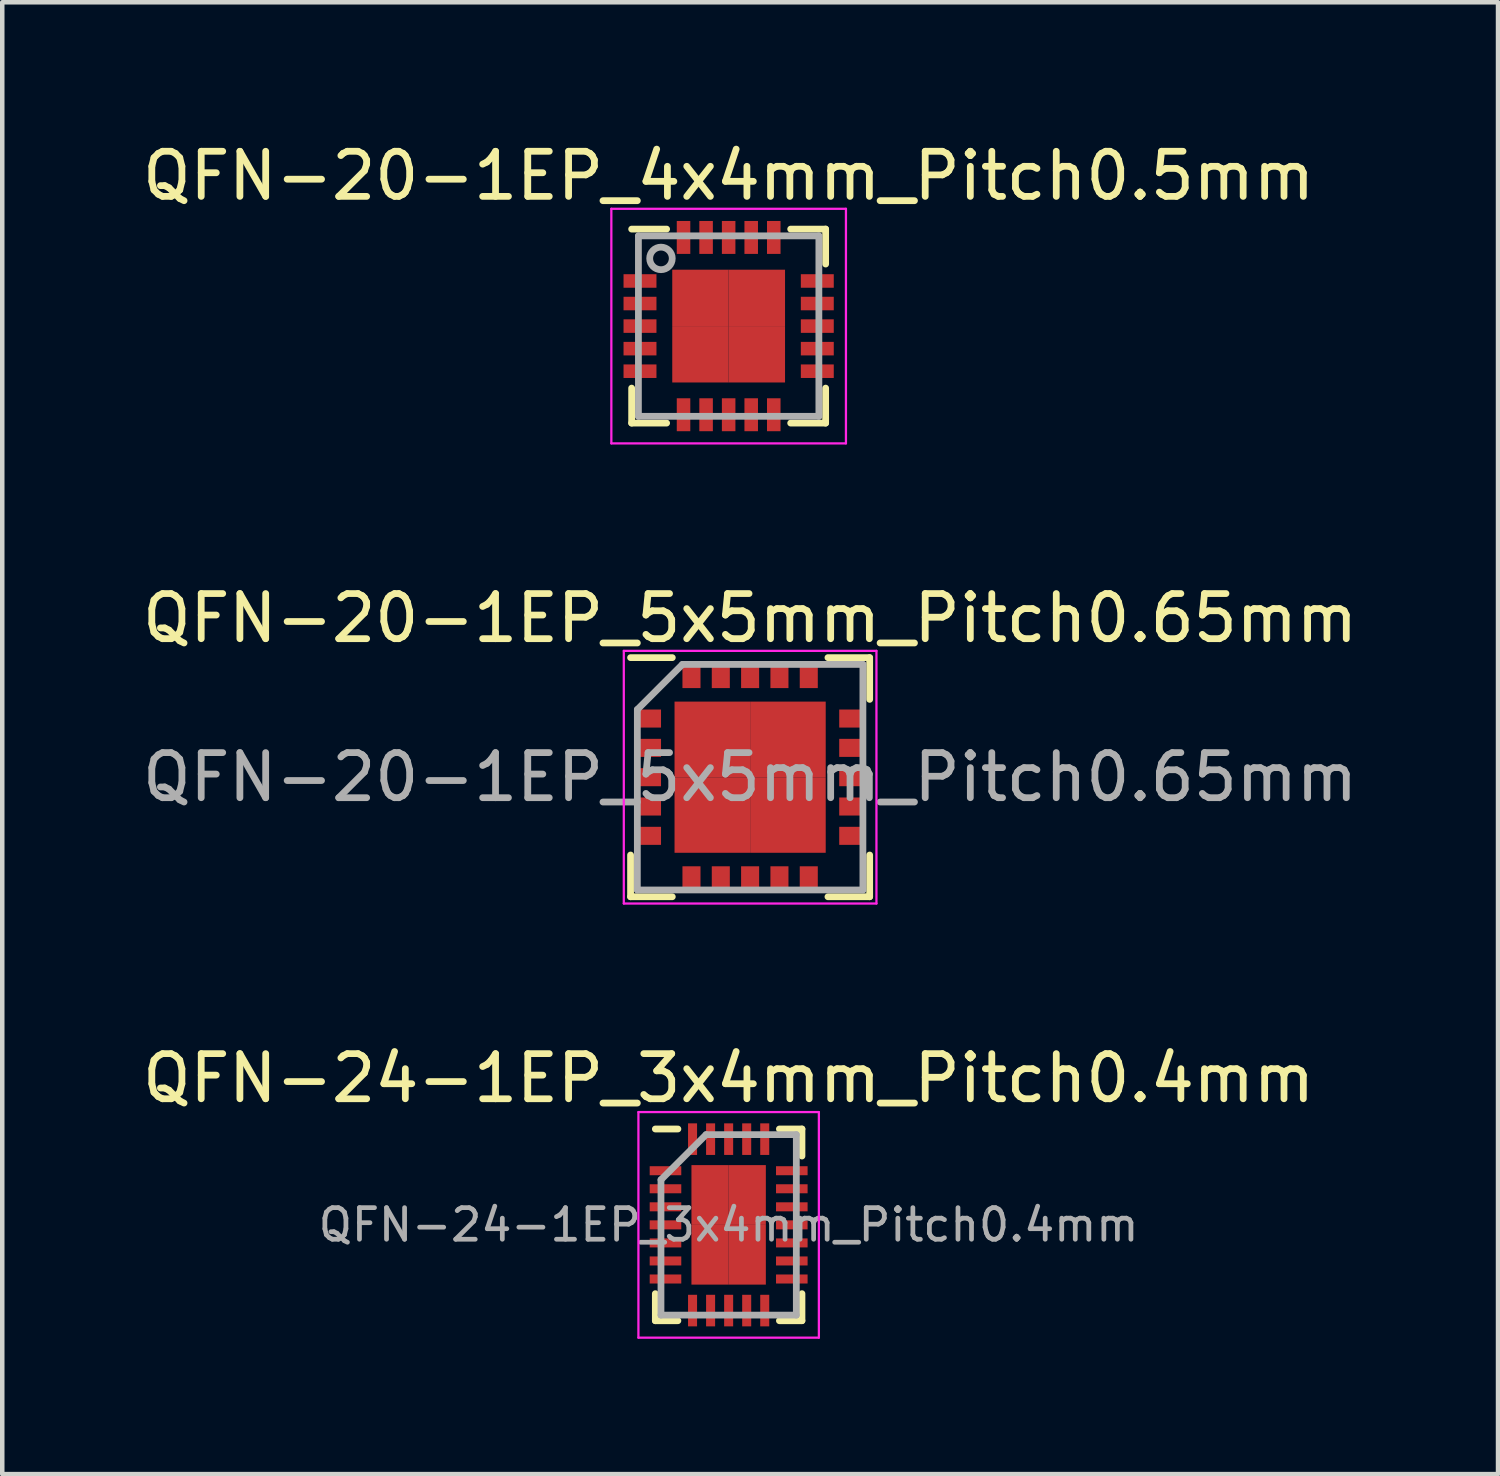
<source format=kicad_pcb>
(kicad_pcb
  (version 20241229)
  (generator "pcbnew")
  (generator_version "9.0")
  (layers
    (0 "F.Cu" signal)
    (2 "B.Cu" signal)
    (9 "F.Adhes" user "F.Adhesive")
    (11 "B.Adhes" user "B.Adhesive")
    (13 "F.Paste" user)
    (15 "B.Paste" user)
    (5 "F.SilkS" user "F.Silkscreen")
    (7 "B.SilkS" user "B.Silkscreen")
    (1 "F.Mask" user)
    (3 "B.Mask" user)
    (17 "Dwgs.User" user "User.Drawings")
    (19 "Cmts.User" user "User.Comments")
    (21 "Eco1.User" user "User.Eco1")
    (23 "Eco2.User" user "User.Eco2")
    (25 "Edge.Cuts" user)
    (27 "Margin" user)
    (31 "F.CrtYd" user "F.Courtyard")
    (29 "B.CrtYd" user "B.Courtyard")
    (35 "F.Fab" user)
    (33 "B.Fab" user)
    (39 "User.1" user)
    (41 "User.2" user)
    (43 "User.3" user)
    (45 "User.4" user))
  (footprint "QFN-24-1EP_3x4mm_Pitch0.4mm"
    (layer "F.Cu")
    (at 13.101 24.1)
    (property "Reference" "QFN-24-1EP_3x4mm_Pitch0.4mm" (at 0 -3.25 0) (layer "F.SilkS") (effects (font (size 1 1) (thickness 0.15))))
    (attr smd)
    (fp_line (start -1.625 -2.125) (end -1.125 -2.125) (stroke (width 0.15) (type solid)) (layer "F.SilkS"))
    (fp_line (start -1.625 2.125) (end -1.625 1.525) (stroke (width 0.15) (type solid)) (layer "F.SilkS"))
    (fp_line (start -1.625 2.125) (end -1.125 2.125) (stroke (width 0.15) (type solid)) (layer "F.SilkS"))
    (fp_line (start 1.625 -2.125) (end 1.125 -2.125) (stroke (width 0.15) (type solid)) (layer "F.SilkS"))
    (fp_line (start 1.625 -2.125) (end 1.625 -1.525) (stroke (width 0.15) (type solid)) (layer "F.SilkS"))
    (fp_line (start 1.625 2.125) (end 1.125 2.125) (stroke (width 0.15) (type solid)) (layer "F.SilkS"))
    (fp_line (start 1.625 2.125) (end 1.625 1.525) (stroke (width 0.15) (type solid)) (layer "F.SilkS"))
    (fp_line (start -2 -2.5) (end -2 2.5) (stroke (width 0.05) (type solid)) (layer "F.CrtYd"))
    (fp_line (start -2 -2.5) (end 2 -2.5) (stroke (width 0.05) (type solid)) (layer "F.CrtYd"))
    (fp_line (start -2 2.5) (end 2 2.5) (stroke (width 0.05) (type solid)) (layer "F.CrtYd"))
    (fp_line (start 2 -2.5) (end 2 2.5) (stroke (width 0.05) (type solid)) (layer "F.CrtYd"))
    (fp_line (start -1.5 -1) (end -0.5 -2) (stroke (width 0.15) (type solid)) (layer "F.Fab"))
    (fp_line (start -1.5 2) (end -1.5 -1) (stroke (width 0.15) (type solid)) (layer "F.Fab"))
    (fp_line (start -0.5 -2) (end 1.5 -2) (stroke (width 0.15) (type solid)) (layer "F.Fab"))
    (fp_line (start 1.5 -2) (end 1.5 2) (stroke (width 0.15) (type solid)) (layer "F.Fab"))
    (fp_line (start 1.5 2) (end -1.5 2) (stroke (width 0.15) (type solid)) (layer "F.Fab"))
    (fp_text user "${REFERENCE}" (at 0 0 0) (layer "F.Fab") (effects (font (size 0.7 0.7) (thickness 0.105))))
    (pad "1" smd rect (at -1.4 -1.2) (size 0.7 0.2) (layers "F.Cu" "F.Mask" "F.Paste"))
    (pad "2" smd rect (at -1.4 -0.8) (size 0.7 0.2) (layers "F.Cu" "F.Mask" "F.Paste"))
    (pad "3" smd rect (at -1.4 -0.4) (size 0.7 0.2) (layers "F.Cu" "F.Mask" "F.Paste"))
    (pad "4" smd rect (at -1.4 0) (size 0.7 0.2) (layers "F.Cu" "F.Mask" "F.Paste"))
    (pad "5" smd rect (at -1.4 0.4) (size 0.7 0.2) (layers "F.Cu" "F.Mask" "F.Paste"))
    (pad "6" smd rect (at -1.4 0.8) (size 0.7 0.2) (layers "F.Cu" "F.Mask" "F.Paste"))
    (pad "7" smd rect (at -1.4 1.2) (size 0.7 0.2) (layers "F.Cu" "F.Mask" "F.Paste"))
    (pad "8" smd rect (at -0.8 1.9 90) (size 0.7 0.2) (layers "F.Cu" "F.Mask" "F.Paste"))
    (pad "9" smd rect (at -0.4 1.9 90) (size 0.7 0.2) (layers "F.Cu" "F.Mask" "F.Paste"))
    (pad "10" smd rect (at 0 1.9 90) (size 0.7 0.2) (layers "F.Cu" "F.Mask" "F.Paste"))
    (pad "11" smd rect (at 0.4 1.9 90) (size 0.7 0.2) (layers "F.Cu" "F.Mask" "F.Paste"))
    (pad "12" smd rect (at 0.8 1.9 90) (size 0.7 0.2) (layers "F.Cu" "F.Mask" "F.Paste"))
    (pad "13" smd rect (at 1.4 1.2) (size 0.7 0.2) (layers "F.Cu" "F.Mask" "F.Paste"))
    (pad "14" smd rect (at 1.4 0.8) (size 0.7 0.2) (layers "F.Cu" "F.Mask" "F.Paste"))
    (pad "15" smd rect (at 1.4 0.4) (size 0.7 0.2) (layers "F.Cu" "F.Mask" "F.Paste"))
    (pad "16" smd rect (at 1.4 0) (size 0.7 0.2) (layers "F.Cu" "F.Mask" "F.Paste"))
    (pad "17" smd rect (at 1.4 -0.4) (size 0.7 0.2) (layers "F.Cu" "F.Mask" "F.Paste"))
    (pad "18" smd rect (at 1.4 -0.8) (size 0.7 0.2) (layers "F.Cu" "F.Mask" "F.Paste"))
    (pad "19" smd rect (at 1.4 -1.2) (size 0.7 0.2) (layers "F.Cu" "F.Mask" "F.Paste"))
    (pad "20" smd rect (at 0.8 -1.9 90) (size 0.7 0.2) (layers "F.Cu" "F.Mask" "F.Paste"))
    (pad "21" smd rect (at 0.4 -1.9 90) (size 0.7 0.2) (layers "F.Cu" "F.Mask" "F.Paste"))
    (pad "22" smd rect (at 0 -1.9 90) (size 0.7 0.2) (layers "F.Cu" "F.Mask" "F.Paste"))
    (pad "23" smd rect (at -0.4 -1.9 90) (size 0.7 0.2) (layers "F.Cu" "F.Mask" "F.Paste"))
    (pad "24" smd rect (at -0.8 -1.9 90) (size 0.7 0.2) (layers "F.Cu" "F.Mask" "F.Paste"))
    (pad "25" smd rect (at -0.412 -0.662) (size 0.825 1.325) (layers "F.Cu" "F.Mask" "F.Paste"))
    (pad "25" smd rect (at -0.412 0.662) (size 0.825 1.325) (layers "F.Cu" "F.Mask" "F.Paste"))
    (pad "25" smd rect (at 0.412 -0.662) (size 0.825 1.325) (layers "F.Cu" "F.Mask" "F.Paste"))
    (pad "25" smd rect (at 0.412 0.662) (size 0.825 1.325) (layers "F.Cu" "F.Mask" "F.Paste")))
  (footprint "QFN-20-1EP_5x5mm_Pitch0.65mm"
    (layer "F.Cu")
    (at 13.577 14.177)
    (property "Reference" "QFN-20-1EP_5x5mm_Pitch0.65mm" (at 0 -3.525 0) (layer "F.SilkS") (effects (font (size 1 1) (thickness 0.15))))
    (attr smd)
    (fp_line (start -2.65 -2.65) (end -1.725 -2.65) (stroke (width 0.15) (type solid)) (layer "F.SilkS"))
    (fp_line (start -2.65 2.65) (end -2.65 1.725) (stroke (width 0.15) (type solid)) (layer "F.SilkS"))
    (fp_line (start -2.65 2.65) (end -1.725 2.65) (stroke (width 0.15) (type solid)) (layer "F.SilkS"))
    (fp_line (start 2.65 -2.65) (end 1.725 -2.65) (stroke (width 0.15) (type solid)) (layer "F.SilkS"))
    (fp_line (start 2.65 -2.65) (end 2.65 -1.725) (stroke (width 0.15) (type solid)) (layer "F.SilkS"))
    (fp_line (start 2.65 2.65) (end 1.725 2.65) (stroke (width 0.15) (type solid)) (layer "F.SilkS"))
    (fp_line (start 2.65 2.65) (end 2.65 1.725) (stroke (width 0.15) (type solid)) (layer "F.SilkS"))
    (fp_line (start -2.8 -2.8) (end -2.8 2.8) (stroke (width 0.05) (type solid)) (layer "F.CrtYd"))
    (fp_line (start -2.8 -2.8) (end 2.8 -2.8) (stroke (width 0.05) (type solid)) (layer "F.CrtYd"))
    (fp_line (start -2.8 2.8) (end 2.8 2.8) (stroke (width 0.05) (type solid)) (layer "F.CrtYd"))
    (fp_line (start 2.8 -2.8) (end 2.8 2.8) (stroke (width 0.05) (type solid)) (layer "F.CrtYd"))
    (fp_line (start -2.5 -1.5) (end -1.5 -2.5) (stroke (width 0.15) (type solid)) (layer "F.Fab"))
    (fp_line (start -2.5 2.5) (end -2.5 -1.5) (stroke (width 0.15) (type solid)) (layer "F.Fab"))
    (fp_line (start -1.5 -2.5) (end 2.5 -2.5) (stroke (width 0.15) (type solid)) (layer "F.Fab"))
    (fp_line (start 2.5 -2.5) (end 2.5 2.5) (stroke (width 0.15) (type solid)) (layer "F.Fab"))
    (fp_line (start 2.5 2.5) (end -2.5 2.5) (stroke (width 0.15) (type solid)) (layer "F.Fab"))
    (fp_text user "${REFERENCE}" (at 0 0 0) (layer "F.Fab") (effects (font (size 1 1) (thickness 0.15))))
    (pad "1" smd rect (at -2.25 -1.3) (size 0.55 0.4) (layers "F.Cu" "F.Mask" "F.Paste"))
    (pad "2" smd rect (at -2.25 -0.65) (size 0.55 0.4) (layers "F.Cu" "F.Mask" "F.Paste"))
    (pad "3" smd rect (at -2.25 0) (size 0.55 0.4) (layers "F.Cu" "F.Mask" "F.Paste"))
    (pad "4" smd rect (at -2.25 0.65) (size 0.55 0.4) (layers "F.Cu" "F.Mask" "F.Paste"))
    (pad "5" smd rect (at -2.25 1.3) (size 0.55 0.4) (layers "F.Cu" "F.Mask" "F.Paste"))
    (pad "6" smd rect (at -1.3 2.25 90) (size 0.55 0.4) (layers "F.Cu" "F.Mask" "F.Paste"))
    (pad "7" smd rect (at -0.65 2.25 90) (size 0.55 0.4) (layers "F.Cu" "F.Mask" "F.Paste"))
    (pad "8" smd rect (at 0 2.25 90) (size 0.55 0.4) (layers "F.Cu" "F.Mask" "F.Paste"))
    (pad "9" smd rect (at 0.65 2.25 90) (size 0.55 0.4) (layers "F.Cu" "F.Mask" "F.Paste"))
    (pad "10" smd rect (at 1.3 2.25 90) (size 0.55 0.4) (layers "F.Cu" "F.Mask" "F.Paste"))
    (pad "11" smd rect (at 2.25 1.3) (size 0.55 0.4) (layers "F.Cu" "F.Mask" "F.Paste"))
    (pad "12" smd rect (at 2.25 0.65) (size 0.55 0.4) (layers "F.Cu" "F.Mask" "F.Paste"))
    (pad "13" smd rect (at 2.25 0) (size 0.55 0.4) (layers "F.Cu" "F.Mask" "F.Paste"))
    (pad "14" smd rect (at 2.25 -0.65) (size 0.55 0.4) (layers "F.Cu" "F.Mask" "F.Paste"))
    (pad "15" smd rect (at 2.25 -1.3) (size 0.55 0.4) (layers "F.Cu" "F.Mask" "F.Paste"))
    (pad "16" smd rect (at 1.3 -2.25 90) (size 0.55 0.4) (layers "F.Cu" "F.Mask" "F.Paste"))
    (pad "17" smd rect (at 0.65 -2.25 90) (size 0.55 0.4) (layers "F.Cu" "F.Mask" "F.Paste"))
    (pad "18" smd rect (at 0 -2.25 90) (size 0.55 0.4) (layers "F.Cu" "F.Mask" "F.Paste"))
    (pad "19" smd rect (at -0.65 -2.25 90) (size 0.55 0.4) (layers "F.Cu" "F.Mask" "F.Paste"))
    (pad "20" smd rect (at -1.3 -2.25 90) (size 0.55 0.4) (layers "F.Cu" "F.Mask" "F.Paste"))
    (pad "21" smd rect (at -0.838 -0.838) (size 1.675 1.675) (layers "F.Cu" "F.Mask" "F.Paste"))
    (pad "21" smd rect (at -0.838 0.838) (size 1.675 1.675) (layers "F.Cu" "F.Mask" "F.Paste"))
    (pad "21" smd rect (at 0.838 -0.838) (size 1.675 1.675) (layers "F.Cu" "F.Mask" "F.Paste"))
    (pad "21" smd rect (at 0.838 0.838) (size 1.675 1.675) (layers "F.Cu" "F.Mask" "F.Paste")))
  (footprint "QFN-20-1EP_4x4mm_Pitch0.5mm"
    (layer "F.Cu")
    (at 13.101 4.178)
    (property "Reference" "QFN-20-1EP_4x4mm_Pitch0.5mm" (at 0 -3.33 0) (layer "F.SilkS") (effects (font (size 1 1) (thickness 0.15))))
    (attr smd)
    (fp_line (start -2.15 -2.15) (end -1.375 -2.15) (stroke (width 0.15) (type solid)) (layer "F.SilkS"))
    (fp_line (start -2.15 2.15) (end -2.15 1.375) (stroke (width 0.15) (type solid)) (layer "F.SilkS"))
    (fp_line (start -2.15 2.15) (end -1.375 2.15) (stroke (width 0.15) (type solid)) (layer "F.SilkS"))
    (fp_line (start 2.15 -2.15) (end 1.375 -2.15) (stroke (width 0.15) (type solid)) (layer "F.SilkS"))
    (fp_line (start 2.15 -2.15) (end 2.15 -1.375) (stroke (width 0.15) (type solid)) (layer "F.SilkS"))
    (fp_line (start 2.15 2.15) (end 1.375 2.15) (stroke (width 0.15) (type solid)) (layer "F.SilkS"))
    (fp_line (start 2.15 2.15) (end 2.15 1.375) (stroke (width 0.15) (type solid)) (layer "F.SilkS"))
    (fp_line (start -2.6 -2.6) (end -2.6 2.6) (stroke (width 0.05) (type solid)) (layer "F.CrtYd"))
    (fp_line (start -2.6 -2.6) (end 2.6 -2.6) (stroke (width 0.05) (type solid)) (layer "F.CrtYd"))
    (fp_line (start -2.6 2.6) (end 2.6 2.6) (stroke (width 0.05) (type solid)) (layer "F.CrtYd"))
    (fp_line (start 2.6 -2.6) (end 2.6 2.6) (stroke (width 0.05) (type solid)) (layer "F.CrtYd"))
    (fp_line (start -2 -2) (end 2 -2) (stroke (width 0.15) (type solid)) (layer "F.Fab"))
    (fp_line (start -2 2) (end -2 -2) (stroke (width 0.15) (type solid)) (layer "F.Fab"))
    (fp_line (start 2 -2) (end 2 2) (stroke (width 0.15) (type solid)) (layer "F.Fab"))
    (fp_line (start 2 2) (end -2 2) (stroke (width 0.15) (type solid)) (layer "F.Fab"))
    (fp_circle (center -1.5 -1.5) (end -1.75 -1.5) (stroke (width 0.15) (type solid)) (fill no) (layer "F.Fab"))
    (pad "1" smd rect (at -1.965 -1) (size 0.73 0.3) (layers "F.Cu" "F.Mask" "F.Paste"))
    (pad "2" smd rect (at -1.965 -0.5) (size 0.73 0.3) (layers "F.Cu" "F.Mask" "F.Paste"))
    (pad "3" smd rect (at -1.965 0) (size 0.73 0.3) (layers "F.Cu" "F.Mask" "F.Paste"))
    (pad "4" smd rect (at -1.965 0.5) (size 0.73 0.3) (layers "F.Cu" "F.Mask" "F.Paste"))
    (pad "5" smd rect (at -1.965 1) (size 0.73 0.3) (layers "F.Cu" "F.Mask" "F.Paste"))
    (pad "6" smd rect (at -1 1.965 90) (size 0.73 0.3) (layers "F.Cu" "F.Mask" "F.Paste"))
    (pad "7" smd rect (at -0.5 1.965 90) (size 0.73 0.3) (layers "F.Cu" "F.Mask" "F.Paste"))
    (pad "8" smd rect (at 0 1.965 90) (size 0.73 0.3) (layers "F.Cu" "F.Mask" "F.Paste"))
    (pad "9" smd rect (at 0.5 1.965 90) (size 0.73 0.3) (layers "F.Cu" "F.Mask" "F.Paste"))
    (pad "10" smd rect (at 1 1.965 90) (size 0.73 0.3) (layers "F.Cu" "F.Mask" "F.Paste"))
    (pad "11" smd rect (at 1.965 1) (size 0.73 0.3) (layers "F.Cu" "F.Mask" "F.Paste"))
    (pad "12" smd rect (at 1.965 0.5) (size 0.73 0.3) (layers "F.Cu" "F.Mask" "F.Paste"))
    (pad "13" smd rect (at 1.965 0) (size 0.73 0.3) (layers "F.Cu" "F.Mask" "F.Paste"))
    (pad "14" smd rect (at 1.965 -0.5) (size 0.73 0.3) (layers "F.Cu" "F.Mask" "F.Paste"))
    (pad "15" smd rect (at 1.965 -1) (size 0.73 0.3) (layers "F.Cu" "F.Mask" "F.Paste"))
    (pad "16" smd rect (at 1 -1.965 90) (size 0.73 0.3) (layers "F.Cu" "F.Mask" "F.Paste"))
    (pad "17" smd rect (at 0.5 -1.965 90) (size 0.73 0.3) (layers "F.Cu" "F.Mask" "F.Paste"))
    (pad "18" smd rect (at 0 -1.965 90) (size 0.73 0.3) (layers "F.Cu" "F.Mask" "F.Paste"))
    (pad "19" smd rect (at -0.5 -1.965 90) (size 0.73 0.3) (layers "F.Cu" "F.Mask" "F.Paste"))
    (pad "20" smd rect (at -1 -1.965 90) (size 0.73 0.3) (layers "F.Cu" "F.Mask" "F.Paste"))
    (pad "21" smd rect (at -0.625 -0.625) (size 1.25 1.25) (layers "F.Cu" "F.Mask" "F.Paste"))
    (pad "21" smd rect (at -0.625 0.625) (size 1.25 1.25) (layers "F.Cu" "F.Mask" "F.Paste"))
    (pad "21" smd rect (at 0.625 -0.625) (size 1.25 1.25) (layers "F.Cu" "F.Mask" "F.Paste"))
    (pad "21" smd rect (at 0.625 0.625) (size 1.25 1.25) (layers "F.Cu" "F.Mask" "F.Paste")))
  (gr_rect
    (start -3 -3)
    (end 30.155 29.625)
    (stroke (width 0.1) (type default))
    (fill no)
    (layer "Edge.Cuts")))
</source>
